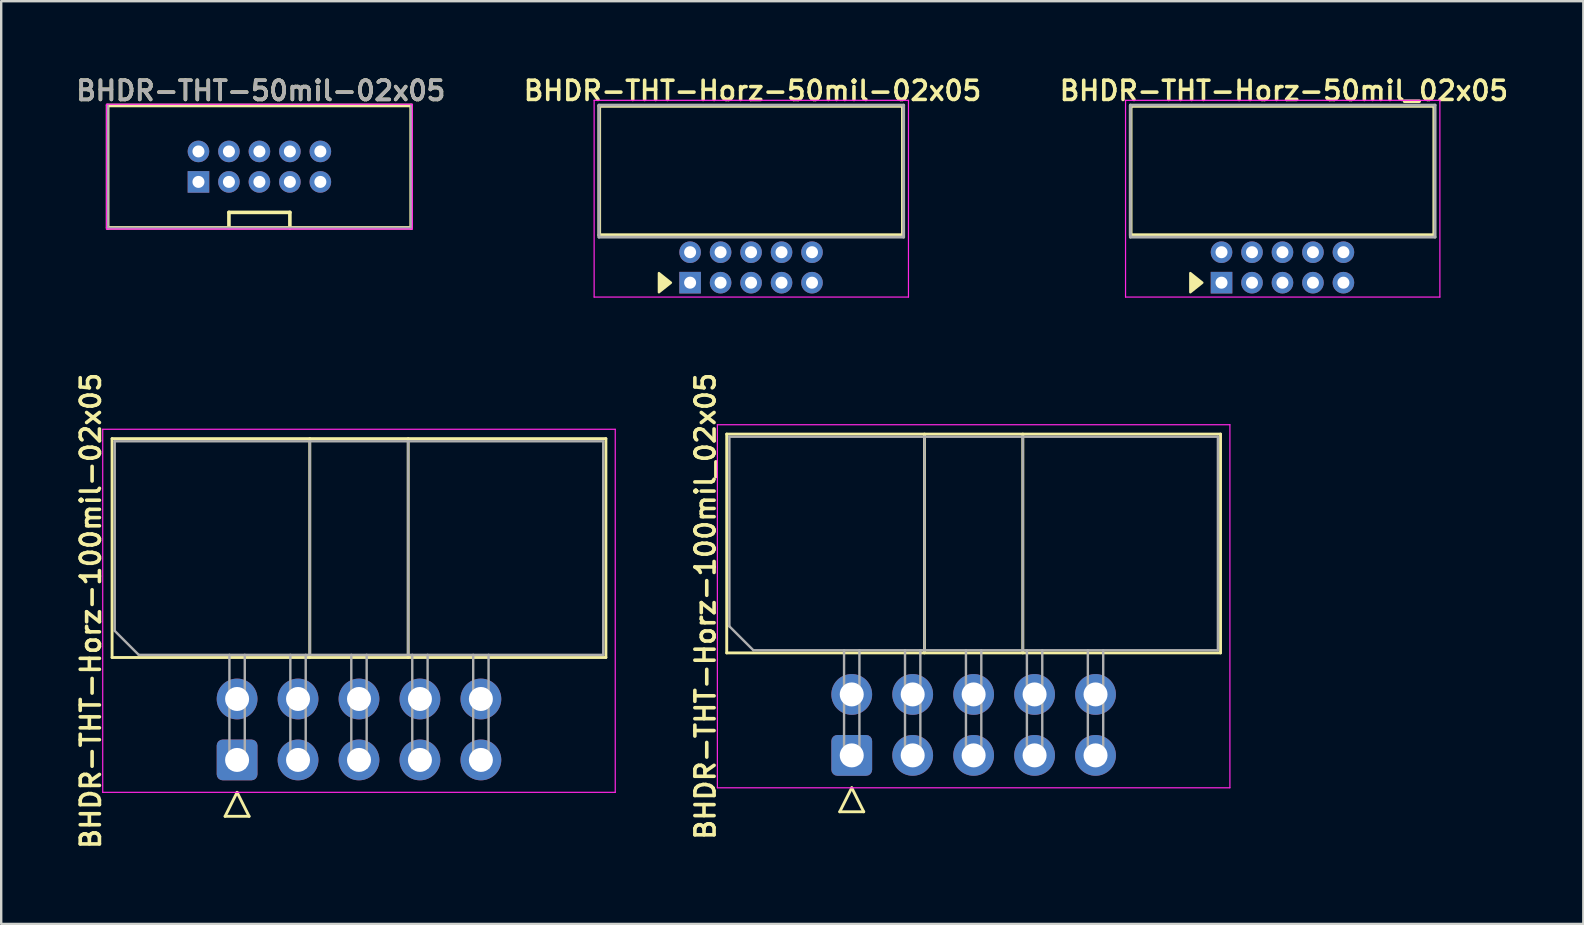
<source format=kicad_pcb>
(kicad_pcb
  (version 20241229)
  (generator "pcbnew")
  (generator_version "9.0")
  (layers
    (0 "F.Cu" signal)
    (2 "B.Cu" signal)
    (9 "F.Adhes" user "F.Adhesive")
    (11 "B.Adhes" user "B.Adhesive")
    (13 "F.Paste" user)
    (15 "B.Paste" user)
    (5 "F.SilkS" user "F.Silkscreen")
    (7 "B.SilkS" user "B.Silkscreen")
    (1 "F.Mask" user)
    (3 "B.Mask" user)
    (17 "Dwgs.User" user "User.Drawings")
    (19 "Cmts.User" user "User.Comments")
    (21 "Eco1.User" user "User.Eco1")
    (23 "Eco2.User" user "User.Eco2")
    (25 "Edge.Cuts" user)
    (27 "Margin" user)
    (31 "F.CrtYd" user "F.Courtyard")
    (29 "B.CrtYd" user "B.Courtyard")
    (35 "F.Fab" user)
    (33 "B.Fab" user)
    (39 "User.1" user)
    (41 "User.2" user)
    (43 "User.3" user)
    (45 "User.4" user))
  (footprint "BHDR-THT-Horz-50mil-02x05"
    (layer "F.Cu")
    (at 25.711 8.731)
    (property "Reference" "BHDR-THT-Horz-50mil-02x05" (at 2.6 -8 0) (layer "F.SilkS") (effects (font (size 0.8 0.8) (thickness 0.15))))
    (attr through_hole)
    (fp_line (start -3.785 -7.366) (end -3.785 -1.981) (stroke (width 0.15) (type solid)) (layer "F.SilkS"))
    (fp_line (start -3.785 -7.366) (end 8.865 -7.366) (stroke (width 0.15) (type solid)) (layer "F.SilkS"))
    (fp_line (start -3.785 -1.981) (end 8.865 -1.981) (stroke (width 0.15) (type solid)) (layer "F.SilkS"))
    (fp_line (start 8.865 -7.366) (end 8.865 -1.981) (stroke (width 0.15) (type solid)) (layer "F.SilkS"))
    (fp_poly (pts (xy -0.8 0) (xy -1.3 -0.4) (xy -1.3 0.4)) (stroke (width 0.1) (type solid)) (fill yes) (layer "F.SilkS"))
    (fp_line (start -4 -7.6) (end 9.1 -7.6) (stroke (width 0.05) (type solid)) (layer "F.CrtYd"))
    (fp_line (start -4 0.6) (end -4 -7.6) (stroke (width 0.05) (type solid)) (layer "F.CrtYd"))
    (fp_line (start 9.1 -7.6) (end 9.1 0.6) (stroke (width 0.05) (type solid)) (layer "F.CrtYd"))
    (fp_line (start 9.1 0.6) (end -4 0.6) (stroke (width 0.05) (type solid)) (layer "F.CrtYd"))
    (fp_line (start -3.8 -7.4) (end 8.9 -7.4) (stroke (width 0.12) (type solid)) (layer "F.Fab"))
    (fp_line (start -3.8 -1.9) (end -3.8 -7.4) (stroke (width 0.12) (type solid)) (layer "F.Fab"))
    (fp_line (start 8.9 -7.4) (end 8.9 -1.9) (stroke (width 0.12) (type solid)) (layer "F.Fab"))
    (fp_line (start 8.9 -1.9) (end -3.8 -1.9) (stroke (width 0.12) (type solid)) (layer "F.Fab"))
    (pad "1" thru_hole rect (at 0 0) (size 0.9 0.9) (drill 0.5) (layers "*.Cu" "*.Mask"))
    (pad "2" thru_hole oval (at 0 -1.27) (size 0.9 0.9) (drill 0.5) (layers "*.Cu" "*.Mask"))
    (pad "3" thru_hole oval (at 1.27 0) (size 0.9 0.9) (drill 0.5) (layers "*.Cu" "*.Mask"))
    (pad "4" thru_hole oval (at 1.27 -1.27) (size 0.9 0.9) (drill 0.5) (layers "*.Cu" "*.Mask"))
    (pad "5" thru_hole oval (at 2.54 0) (size 0.9 0.9) (drill 0.5) (layers "*.Cu" "*.Mask"))
    (pad "6" thru_hole oval (at 2.54 -1.27) (size 0.9 0.9) (drill 0.5) (layers "*.Cu" "*.Mask"))
    (pad "7" thru_hole oval (at 3.81 0) (size 0.9 0.9) (drill 0.5) (layers "*.Cu" "*.Mask"))
    (pad "8" thru_hole oval (at 3.81 -1.27) (size 0.9 0.9) (drill 0.5) (layers "*.Cu" "*.Mask"))
    (pad "9" thru_hole oval (at 5.08 0) (size 0.9 0.9) (drill 0.5) (layers "*.Cu" "*.Mask"))
    (pad "10" thru_hole oval (at 5.08 -1.27) (size 0.9 0.9) (drill 0.5) (layers "*.Cu" "*.Mask")))
  (footprint "BHDR-THT-Horz-100mil_02x05"
    (layer "F.Cu")
    (at 32.447 28.431)
    (property "Reference" "BHDR-THT-Horz-100mil_02x05" (at -6.1 -6.215 90) (layer "F.SilkS") (effects (font (size 0.8 0.8) (thickness 0.15))))
    (attr through_hole)
    (fp_line (start -5.21 -13.39) (end 15.37 -13.39) (stroke (width 0.12) (type solid)) (layer "F.SilkS"))
    (fp_line (start -5.21 -4.27) (end -5.21 -13.39) (stroke (width 0.12) (type solid)) (layer "F.SilkS"))
    (fp_line (start -0.5 2.35) (end 0.5 2.35) (stroke (width 0.12) (type solid)) (layer "F.SilkS"))
    (fp_line (start 0 1.35) (end -0.5 2.35) (stroke (width 0.12) (type solid)) (layer "F.SilkS"))
    (fp_line (start 0.5 2.35) (end 0 1.35) (stroke (width 0.12) (type solid)) (layer "F.SilkS"))
    (fp_line (start 3.03 -4.27) (end 3.03 -13.39) (stroke (width 0.12) (type solid)) (layer "F.SilkS"))
    (fp_line (start 7.13 -4.27) (end 7.13 -13.39) (stroke (width 0.12) (type solid)) (layer "F.SilkS"))
    (fp_line (start 15.37 -13.39) (end 15.37 -4.27) (stroke (width 0.12) (type solid)) (layer "F.SilkS"))
    (fp_line (start 15.37 -4.27) (end -5.21 -4.27) (stroke (width 0.12) (type solid)) (layer "F.SilkS"))
    (fp_line (start -5.6 -13.78) (end -5.6 1.35) (stroke (width 0.05) (type solid)) (layer "F.CrtYd"))
    (fp_line (start -5.6 1.35) (end 15.76 1.35) (stroke (width 0.05) (type solid)) (layer "F.CrtYd"))
    (fp_line (start 15.76 -13.78) (end -5.6 -13.78) (stroke (width 0.05) (type solid)) (layer "F.CrtYd"))
    (fp_line (start 15.76 1.35) (end 15.76 -13.78) (stroke (width 0.05) (type solid)) (layer "F.CrtYd"))
    (fp_line (start -5.1 -13.28) (end 15.26 -13.28) (stroke (width 0.1) (type solid)) (layer "F.Fab"))
    (fp_line (start -5.1 -5.38) (end -5.1 -13.28) (stroke (width 0.1) (type solid)) (layer "F.Fab"))
    (fp_line (start -4.1 -4.38) (end -5.1 -5.38) (stroke (width 0.1) (type solid)) (layer "F.Fab"))
    (fp_line (start -0.32 -4.38) (end -0.32 0.32) (stroke (width 0.1) (type solid)) (layer "F.Fab"))
    (fp_line (start -0.32 0.32) (end 0.32 0.32) (stroke (width 0.1) (type solid)) (layer "F.Fab"))
    (fp_line (start 0.32 0.32) (end 0.32 -4.38) (stroke (width 0.1) (type solid)) (layer "F.Fab"))
    (fp_line (start 2.22 -4.38) (end 2.22 0.32) (stroke (width 0.1) (type solid)) (layer "F.Fab"))
    (fp_line (start 2.22 0.32) (end 2.86 0.32) (stroke (width 0.1) (type solid)) (layer "F.Fab"))
    (fp_line (start 2.86 0.32) (end 2.86 -4.38) (stroke (width 0.1) (type solid)) (layer "F.Fab"))
    (fp_line (start 3.03 -4.38) (end 3.03 -13.28) (stroke (width 0.1) (type solid)) (layer "F.Fab"))
    (fp_line (start 4.76 -4.38) (end 4.76 0.32) (stroke (width 0.1) (type solid)) (layer "F.Fab"))
    (fp_line (start 4.76 0.32) (end 5.4 0.32) (stroke (width 0.1) (type solid)) (layer "F.Fab"))
    (fp_line (start 5.4 0.32) (end 5.4 -4.38) (stroke (width 0.1) (type solid)) (layer "F.Fab"))
    (fp_line (start 7.13 -4.38) (end 7.13 -13.28) (stroke (width 0.1) (type solid)) (layer "F.Fab"))
    (fp_line (start 7.3 -4.38) (end 7.3 0.32) (stroke (width 0.1) (type solid)) (layer "F.Fab"))
    (fp_line (start 7.3 0.32) (end 7.94 0.32) (stroke (width 0.1) (type solid)) (layer "F.Fab"))
    (fp_line (start 7.94 0.32) (end 7.94 -4.38) (stroke (width 0.1) (type solid)) (layer "F.Fab"))
    (fp_line (start 9.84 -4.38) (end 9.84 0.32) (stroke (width 0.1) (type solid)) (layer "F.Fab"))
    (fp_line (start 9.84 0.32) (end 10.48 0.32) (stroke (width 0.1) (type solid)) (layer "F.Fab"))
    (fp_line (start 10.48 0.32) (end 10.48 -4.38) (stroke (width 0.1) (type solid)) (layer "F.Fab"))
    (fp_line (start 15.26 -13.28) (end 15.26 -4.38) (stroke (width 0.1) (type solid)) (layer "F.Fab"))
    (fp_line (start 15.26 -4.38) (end -4.1 -4.38) (stroke (width 0.1) (type solid)) (layer "F.Fab"))
    (pad "1" thru_hole roundrect (at 0 0 90) (size 1.7 1.7) (drill 1) (layers "*.Cu" "*.Mask") (roundrect_rratio 0.147))
    (pad "2" thru_hole circle (at 0 -2.54 90) (size 1.7 1.7) (drill 1) (layers "*.Cu" "*.Mask"))
    (pad "3" thru_hole circle (at 2.54 0 90) (size 1.7 1.7) (drill 1) (layers "*.Cu" "*.Mask"))
    (pad "4" thru_hole circle (at 2.54 -2.54 90) (size 1.7 1.7) (drill 1) (layers "*.Cu" "*.Mask"))
    (pad "5" thru_hole circle (at 5.08 0 90) (size 1.7 1.7) (drill 1) (layers "*.Cu" "*.Mask"))
    (pad "6" thru_hole circle (at 5.08 -2.54 90) (size 1.7 1.7) (drill 1) (layers "*.Cu" "*.Mask"))
    (pad "7" thru_hole circle (at 7.62 0 90) (size 1.7 1.7) (drill 1) (layers "*.Cu" "*.Mask"))
    (pad "8" thru_hole circle (at 7.62 -2.54 90) (size 1.7 1.7) (drill 1) (layers "*.Cu" "*.Mask"))
    (pad "9" thru_hole circle (at 10.16 0 90) (size 1.7 1.7) (drill 1) (layers "*.Cu" "*.Mask"))
    (pad "10" thru_hole circle (at 10.16 -2.54 90) (size 1.7 1.7) (drill 1) (layers "*.Cu" "*.Mask")))
  (footprint "BHDR-THT-Horz-100mil-02x05"
    (layer "F.Cu")
    (at 6.831 28.621)
    (property "Reference" "BHDR-THT-Horz-100mil-02x05" (at -6.1 -6.215 90) (layer "F.SilkS") (effects (font (size 0.8 0.8) (thickness 0.15))))
    (attr through_hole)
    (fp_line (start -5.21 -13.39) (end 15.37 -13.39) (stroke (width 0.12) (type solid)) (layer "F.SilkS"))
    (fp_line (start -5.21 -4.27) (end -5.21 -13.39) (stroke (width 0.12) (type solid)) (layer "F.SilkS"))
    (fp_line (start -0.5 2.35) (end 0.5 2.35) (stroke (width 0.12) (type solid)) (layer "F.SilkS"))
    (fp_line (start 0 1.35) (end -0.5 2.35) (stroke (width 0.12) (type solid)) (layer "F.SilkS"))
    (fp_line (start 0.5 2.35) (end 0 1.35) (stroke (width 0.12) (type solid)) (layer "F.SilkS"))
    (fp_line (start 3.03 -4.27) (end 3.03 -13.39) (stroke (width 0.12) (type solid)) (layer "F.SilkS"))
    (fp_line (start 7.13 -4.27) (end 7.13 -13.39) (stroke (width 0.12) (type solid)) (layer "F.SilkS"))
    (fp_line (start 15.37 -13.39) (end 15.37 -4.27) (stroke (width 0.12) (type solid)) (layer "F.SilkS"))
    (fp_line (start 15.37 -4.27) (end -5.21 -4.27) (stroke (width 0.12) (type solid)) (layer "F.SilkS"))
    (fp_line (start -5.6 -13.78) (end -5.6 1.35) (stroke (width 0.05) (type solid)) (layer "F.CrtYd"))
    (fp_line (start -5.6 1.35) (end 15.76 1.35) (stroke (width 0.05) (type solid)) (layer "F.CrtYd"))
    (fp_line (start 15.76 -13.78) (end -5.6 -13.78) (stroke (width 0.05) (type solid)) (layer "F.CrtYd"))
    (fp_line (start 15.76 1.35) (end 15.76 -13.78) (stroke (width 0.05) (type solid)) (layer "F.CrtYd"))
    (fp_line (start -5.1 -13.28) (end 15.26 -13.28) (stroke (width 0.1) (type solid)) (layer "F.Fab"))
    (fp_line (start -5.1 -5.38) (end -5.1 -13.28) (stroke (width 0.1) (type solid)) (layer "F.Fab"))
    (fp_line (start -4.1 -4.38) (end -5.1 -5.38) (stroke (width 0.1) (type solid)) (layer "F.Fab"))
    (fp_line (start -0.32 -4.38) (end -0.32 0.32) (stroke (width 0.1) (type solid)) (layer "F.Fab"))
    (fp_line (start -0.32 0.32) (end 0.32 0.32) (stroke (width 0.1) (type solid)) (layer "F.Fab"))
    (fp_line (start 0.32 0.32) (end 0.32 -4.38) (stroke (width 0.1) (type solid)) (layer "F.Fab"))
    (fp_line (start 2.22 -4.38) (end 2.22 0.32) (stroke (width 0.1) (type solid)) (layer "F.Fab"))
    (fp_line (start 2.22 0.32) (end 2.86 0.32) (stroke (width 0.1) (type solid)) (layer "F.Fab"))
    (fp_line (start 2.86 0.32) (end 2.86 -4.38) (stroke (width 0.1) (type solid)) (layer "F.Fab"))
    (fp_line (start 3.03 -4.38) (end 3.03 -13.28) (stroke (width 0.1) (type solid)) (layer "F.Fab"))
    (fp_line (start 4.76 -4.38) (end 4.76 0.32) (stroke (width 0.1) (type solid)) (layer "F.Fab"))
    (fp_line (start 4.76 0.32) (end 5.4 0.32) (stroke (width 0.1) (type solid)) (layer "F.Fab"))
    (fp_line (start 5.4 0.32) (end 5.4 -4.38) (stroke (width 0.1) (type solid)) (layer "F.Fab"))
    (fp_line (start 7.13 -4.38) (end 7.13 -13.28) (stroke (width 0.1) (type solid)) (layer "F.Fab"))
    (fp_line (start 7.3 -4.38) (end 7.3 0.32) (stroke (width 0.1) (type solid)) (layer "F.Fab"))
    (fp_line (start 7.3 0.32) (end 7.94 0.32) (stroke (width 0.1) (type solid)) (layer "F.Fab"))
    (fp_line (start 7.94 0.32) (end 7.94 -4.38) (stroke (width 0.1) (type solid)) (layer "F.Fab"))
    (fp_line (start 9.84 -4.38) (end 9.84 0.32) (stroke (width 0.1) (type solid)) (layer "F.Fab"))
    (fp_line (start 9.84 0.32) (end 10.48 0.32) (stroke (width 0.1) (type solid)) (layer "F.Fab"))
    (fp_line (start 10.48 0.32) (end 10.48 -4.38) (stroke (width 0.1) (type solid)) (layer "F.Fab"))
    (fp_line (start 15.26 -13.28) (end 15.26 -4.38) (stroke (width 0.1) (type solid)) (layer "F.Fab"))
    (fp_line (start 15.26 -4.38) (end -4.1 -4.38) (stroke (width 0.1) (type solid)) (layer "F.Fab"))
    (pad "1" thru_hole roundrect (at 0 0 90) (size 1.7 1.7) (drill 1) (layers "*.Cu" "*.Mask") (roundrect_rratio 0.147))
    (pad "2" thru_hole circle (at 0 -2.54 90) (size 1.7 1.7) (drill 1) (layers "*.Cu" "*.Mask"))
    (pad "3" thru_hole circle (at 2.54 0 90) (size 1.7 1.7) (drill 1) (layers "*.Cu" "*.Mask"))
    (pad "4" thru_hole circle (at 2.54 -2.54 90) (size 1.7 1.7) (drill 1) (layers "*.Cu" "*.Mask"))
    (pad "5" thru_hole circle (at 5.08 0 90) (size 1.7 1.7) (drill 1) (layers "*.Cu" "*.Mask"))
    (pad "6" thru_hole circle (at 5.08 -2.54 90) (size 1.7 1.7) (drill 1) (layers "*.Cu" "*.Mask"))
    (pad "7" thru_hole circle (at 7.62 0 90) (size 1.7 1.7) (drill 1) (layers "*.Cu" "*.Mask"))
    (pad "8" thru_hole circle (at 7.62 -2.54 90) (size 1.7 1.7) (drill 1) (layers "*.Cu" "*.Mask"))
    (pad "9" thru_hole circle (at 10.16 0 90) (size 1.7 1.7) (drill 1) (layers "*.Cu" "*.Mask"))
    (pad "10" thru_hole circle (at 10.16 -2.54 90) (size 1.7 1.7) (drill 1) (layers "*.Cu" "*.Mask")))
  (footprint "BHDR-THT-50mil-02x05"
    (layer "F.Cu")
    (at 5.221 4.531)
    (property "Reference" "BHDR-THT-50mil-02x05" (at 2.6 -3.8 0) (layer "F.SilkS") (effects (font (size 0.8 0.8) (thickness 0.15))))
    (attr through_hole)
    (fp_line (start -3.785 -3.185) (end 8.865 -3.185) (stroke (width 0.15) (type solid)) (layer "F.SilkS"))
    (fp_line (start -3.785 1.915) (end -3.785 -3.185) (stroke (width 0.15) (type solid)) (layer "F.SilkS"))
    (fp_line (start -3.785 1.915) (end 8.865 1.915) (stroke (width 0.15) (type solid)) (layer "F.SilkS"))
    (fp_line (start 1.27 1.27) (end 3.81 1.27) (stroke (width 0.15) (type solid)) (layer "F.SilkS"))
    (fp_line (start 1.27 1.905) (end 1.27 1.27) (stroke (width 0.15) (type solid)) (layer "F.SilkS"))
    (fp_line (start 3.81 1.915) (end 3.81 1.27) (stroke (width 0.15) (type solid)) (layer "F.SilkS"))
    (fp_line (start 8.865 1.915) (end 8.865 -3.185) (stroke (width 0.15) (type solid)) (layer "F.SilkS"))
    (fp_line (start -3.835 -3.235) (end 8.915 -3.235) (stroke (width 0.05) (type solid)) (layer "F.CrtYd"))
    (fp_line (start -3.835 1.965) (end -3.835 -3.235) (stroke (width 0.05) (type solid)) (layer "F.CrtYd"))
    (fp_line (start 8.915 -3.235) (end 8.915 1.965) (stroke (width 0.05) (type solid)) (layer "F.CrtYd"))
    (fp_line (start 8.915 1.965) (end -3.835 1.965) (stroke (width 0.05) (type solid)) (layer "F.CrtYd"))
    (fp_line (start -3.785 1.915) (end -3.785 -3.185) (stroke (width 0.1) (type solid)) (layer "F.Fab"))
    (fp_line (start -3.785 1.915) (end 8.865 1.915) (stroke (width 0.1) (type solid)) (layer "F.Fab"))
    (fp_line (start 8.865 1.915) (end 8.865 -3.185) (stroke (width 0.1) (type solid)) (layer "F.Fab"))
    (fp_text user "${REFERENCE}" (at 2.6 -3.8 0) (layer "F.Fab") (effects (font (size 0.8 0.8) (thickness 0.15))))
    (pad "1" thru_hole rect (at 0 0) (size 0.9 0.9) (drill 0.5) (layers "*.Cu" "*.Mask"))
    (pad "2" thru_hole oval (at 0 -1.27) (size 0.9 0.9) (drill 0.5) (layers "*.Cu" "*.Mask"))
    (pad "3" thru_hole oval (at 1.27 0) (size 0.9 0.9) (drill 0.5) (layers "*.Cu" "*.Mask"))
    (pad "4" thru_hole oval (at 1.27 -1.27) (size 0.9 0.9) (drill 0.5) (layers "*.Cu" "*.Mask"))
    (pad "5" thru_hole oval (at 2.54 0) (size 0.9 0.9) (drill 0.5) (layers "*.Cu" "*.Mask"))
    (pad "6" thru_hole oval (at 2.54 -1.27) (size 0.9 0.9) (drill 0.5) (layers "*.Cu" "*.Mask"))
    (pad "7" thru_hole oval (at 3.81 0) (size 0.9 0.9) (drill 0.5) (layers "*.Cu" "*.Mask"))
    (pad "8" thru_hole oval (at 3.81 -1.27) (size 0.9 0.9) (drill 0.5) (layers "*.Cu" "*.Mask"))
    (pad "9" thru_hole oval (at 5.08 0) (size 0.9 0.9) (drill 0.5) (layers "*.Cu" "*.Mask"))
    (pad "10" thru_hole oval (at 5.08 -1.27) (size 0.9 0.9) (drill 0.5) (layers "*.Cu" "*.Mask")))
  (footprint "BHDR-THT-Horz-50mil_02x05"
    (layer "F.Cu")
    (at 47.858 8.731)
    (property "Reference" "BHDR-THT-Horz-50mil_02x05" (at 2.6 -8 0) (layer "F.SilkS") (effects (font (size 0.8 0.8) (thickness 0.15))))
    (attr through_hole)
    (fp_line (start -3.785 -7.366) (end -3.785 -1.981) (stroke (width 0.15) (type solid)) (layer "F.SilkS"))
    (fp_line (start -3.785 -7.366) (end 8.865 -7.366) (stroke (width 0.15) (type solid)) (layer "F.SilkS"))
    (fp_line (start -3.785 -1.981) (end 8.865 -1.981) (stroke (width 0.15) (type solid)) (layer "F.SilkS"))
    (fp_line (start 8.865 -7.366) (end 8.865 -1.981) (stroke (width 0.15) (type solid)) (layer "F.SilkS"))
    (fp_poly (pts (xy -0.8 0) (xy -1.3 -0.4) (xy -1.3 0.4)) (stroke (width 0.1) (type solid)) (fill yes) (layer "F.SilkS"))
    (fp_line (start -4 -7.6) (end 9.1 -7.6) (stroke (width 0.05) (type solid)) (layer "F.CrtYd"))
    (fp_line (start -4 0.6) (end -4 -7.6) (stroke (width 0.05) (type solid)) (layer "F.CrtYd"))
    (fp_line (start 9.1 -7.6) (end 9.1 0.6) (stroke (width 0.05) (type solid)) (layer "F.CrtYd"))
    (fp_line (start 9.1 0.6) (end -4 0.6) (stroke (width 0.05) (type solid)) (layer "F.CrtYd"))
    (fp_line (start -3.8 -7.4) (end 8.9 -7.4) (stroke (width 0.12) (type solid)) (layer "F.Fab"))
    (fp_line (start -3.8 -1.9) (end -3.8 -7.4) (stroke (width 0.12) (type solid)) (layer "F.Fab"))
    (fp_line (start 8.9 -7.4) (end 8.9 -1.9) (stroke (width 0.12) (type solid)) (layer "F.Fab"))
    (fp_line (start 8.9 -1.9) (end -3.8 -1.9) (stroke (width 0.12) (type solid)) (layer "F.Fab"))
    (pad "1" thru_hole rect (at 0 0) (size 0.9 0.9) (drill 0.5) (layers "*.Cu" "*.Mask"))
    (pad "2" thru_hole oval (at 0 -1.27) (size 0.9 0.9) (drill 0.5) (layers "*.Cu" "*.Mask"))
    (pad "3" thru_hole oval (at 1.27 0) (size 0.9 0.9) (drill 0.5) (layers "*.Cu" "*.Mask"))
    (pad "4" thru_hole oval (at 1.27 -1.27) (size 0.9 0.9) (drill 0.5) (layers "*.Cu" "*.Mask"))
    (pad "5" thru_hole oval (at 2.54 0) (size 0.9 0.9) (drill 0.5) (layers "*.Cu" "*.Mask"))
    (pad "6" thru_hole oval (at 2.54 -1.27) (size 0.9 0.9) (drill 0.5) (layers "*.Cu" "*.Mask"))
    (pad "7" thru_hole oval (at 3.81 0) (size 0.9 0.9) (drill 0.5) (layers "*.Cu" "*.Mask"))
    (pad "8" thru_hole oval (at 3.81 -1.27) (size 0.9 0.9) (drill 0.5) (layers "*.Cu" "*.Mask"))
    (pad "9" thru_hole oval (at 5.08 0) (size 0.9 0.9) (drill 0.5) (layers "*.Cu" "*.Mask"))
    (pad "10" thru_hole oval (at 5.08 -1.27) (size 0.9 0.9) (drill 0.5) (layers "*.Cu" "*.Mask")))
  (gr_rect
    (start -3 -3)
    (end 62.937 35.456)
    (stroke (width 0.1) (type default))
    (fill no)
    (layer "Edge.Cuts")))
</source>
